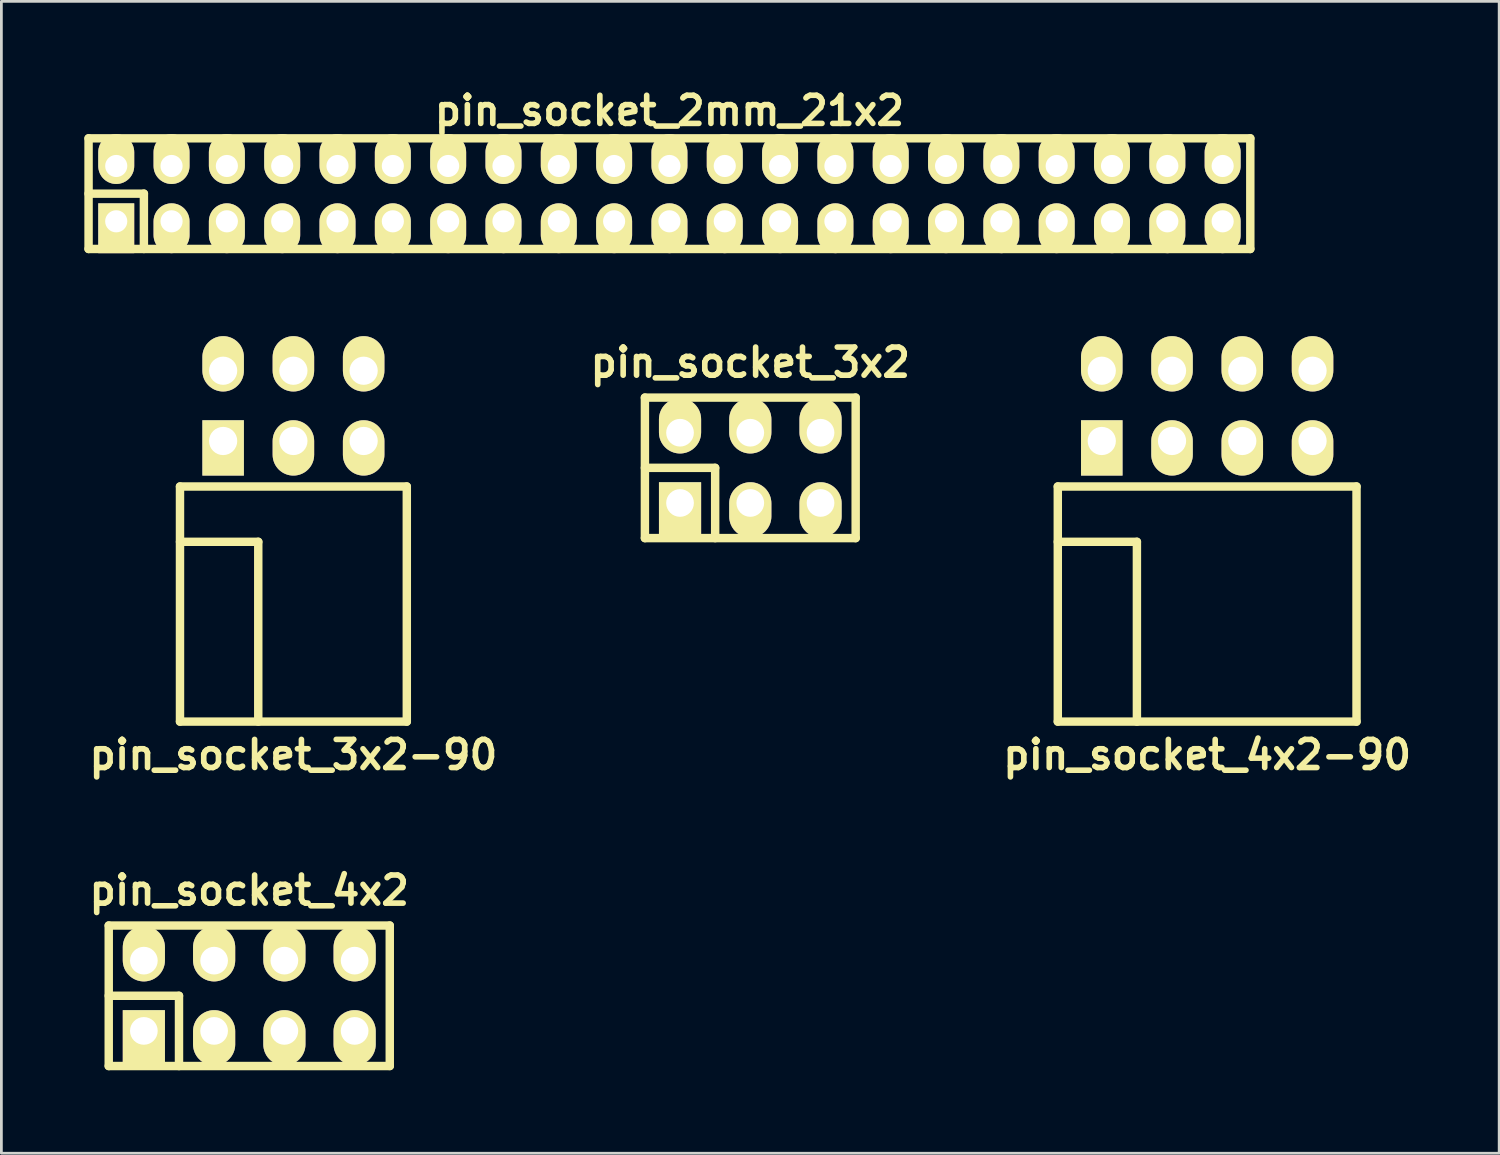
<source format=kicad_pcb>
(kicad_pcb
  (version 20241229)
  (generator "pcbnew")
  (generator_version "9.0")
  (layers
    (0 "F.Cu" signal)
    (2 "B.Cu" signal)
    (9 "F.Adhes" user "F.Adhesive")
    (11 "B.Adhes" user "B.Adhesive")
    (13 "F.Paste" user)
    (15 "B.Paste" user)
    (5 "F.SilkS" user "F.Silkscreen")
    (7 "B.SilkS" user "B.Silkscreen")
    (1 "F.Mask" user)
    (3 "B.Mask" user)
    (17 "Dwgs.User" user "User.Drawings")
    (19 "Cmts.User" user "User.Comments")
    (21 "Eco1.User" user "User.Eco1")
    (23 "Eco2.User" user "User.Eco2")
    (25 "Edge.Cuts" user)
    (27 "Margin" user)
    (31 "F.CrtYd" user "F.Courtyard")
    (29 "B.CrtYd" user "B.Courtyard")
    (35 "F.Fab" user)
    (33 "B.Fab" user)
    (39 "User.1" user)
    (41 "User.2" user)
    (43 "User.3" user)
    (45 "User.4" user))
  (footprint "pin_socket_3x2"
    (layer "F.Cu")
    (at 24.075 13.864)
    (property "Reference" "pin_socket_3x2" (at 0 -3.81 0) (layer "F.SilkS") (effects (font (size 1.016 1.016) (thickness 0.203))))
    (attr through_hole)
    (fp_line (start -3.81 -2.54) (end -3.81 2.54) (stroke (width 0.305) (type solid)) (layer "F.SilkS"))
    (fp_line (start -3.81 -2.54) (end 3.81 -2.54) (stroke (width 0.305) (type solid)) (layer "F.SilkS"))
    (fp_line (start -3.81 0) (end -1.27 0) (stroke (width 0.305) (type solid)) (layer "F.SilkS"))
    (fp_line (start -1.27 0) (end -1.27 2.54) (stroke (width 0.305) (type solid)) (layer "F.SilkS"))
    (fp_line (start 3.81 -2.54) (end 3.81 2.54) (stroke (width 0.305) (type solid)) (layer "F.SilkS"))
    (fp_line (start 3.81 2.54) (end -3.81 2.54) (stroke (width 0.305) (type solid)) (layer "F.SilkS"))
    (pad "1" thru_hole rect (at -2.54 1.27) (size 1.524 1.999) (drill 1.001 (offset 0 0.249)) (layers "*.Cu" "*.Mask" "F.SilkS"))
    (pad "2" thru_hole oval (at -2.54 -1.27) (size 1.524 1.999) (drill 1.001 (offset 0 -0.249)) (layers "*.Cu" "*.Mask" "F.SilkS"))
    (pad "3" thru_hole oval (at 0 1.27) (size 1.524 1.999) (drill 1.001 (offset 0 0.249)) (layers "*.Cu" "*.Mask" "F.SilkS"))
    (pad "4" thru_hole oval (at 0 -1.27) (size 1.524 1.999) (drill 1.001 (offset 0 -0.249)) (layers "*.Cu" "*.Mask" "F.SilkS"))
    (pad "5" thru_hole oval (at 2.54 1.27) (size 1.524 1.999) (drill 1.001 (offset 0 0.249)) (layers "*.Cu" "*.Mask" "F.SilkS"))
    (pad "6" thru_hole oval (at 2.54 -1.27) (size 1.524 1.999) (drill 1.001 (offset 0 -0.249)) (layers "*.Cu" "*.Mask" "F.SilkS")))
  (footprint "pin_socket_2mm_21x2"
    (layer "F.Cu")
    (at 21.152 3.951)
    (property "Reference" "pin_socket_2mm_21x2" (at 0 -3 0) (layer "F.SilkS") (effects (font (size 1.016 1.016) (thickness 0.203))))
    (attr through_hole)
    (fp_line (start -21 -2) (end 21 -2) (stroke (width 0.305) (type solid)) (layer "F.SilkS"))
    (fp_line (start -21 0) (end -19 0) (stroke (width 0.305) (type solid)) (layer "F.SilkS"))
    (fp_line (start -21 2) (end -21 -2) (stroke (width 0.305) (type solid)) (layer "F.SilkS"))
    (fp_line (start -19 0) (end -19 2) (stroke (width 0.305) (type solid)) (layer "F.SilkS"))
    (fp_line (start 21 -2) (end 21 2) (stroke (width 0.305) (type solid)) (layer "F.SilkS"))
    (fp_line (start 21 2) (end -21 2) (stroke (width 0.305) (type solid)) (layer "F.SilkS"))
    (pad "1" thru_hole rect (at -20 1) (size 1.3 1.8) (drill 0.8 (offset 0 0.25)) (layers "*.Cu" "*.Mask" "F.SilkS"))
    (pad "2" thru_hole oval (at -20 -1) (size 1.3 1.8) (drill 0.8 (offset 0 -0.25)) (layers "*.Cu" "*.Mask" "F.SilkS"))
    (pad "3" thru_hole oval (at -18 1) (size 1.3 1.8) (drill 0.8 (offset 0 0.25)) (layers "*.Cu" "*.Mask" "F.SilkS"))
    (pad "4" thru_hole oval (at -18 -1) (size 1.3 1.8) (drill 0.8 (offset 0 -0.25)) (layers "*.Cu" "*.Mask" "F.SilkS"))
    (pad "5" thru_hole oval (at -16 1) (size 1.3 1.8) (drill 0.8 (offset 0 0.25)) (layers "*.Cu" "*.Mask" "F.SilkS"))
    (pad "6" thru_hole oval (at -16 -1) (size 1.3 1.8) (drill 0.8 (offset 0 -0.25)) (layers "*.Cu" "*.Mask" "F.SilkS"))
    (pad "7" thru_hole oval (at -14 1) (size 1.3 1.8) (drill 0.8 (offset 0 0.25)) (layers "*.Cu" "*.Mask" "F.SilkS"))
    (pad "8" thru_hole oval (at -14 -1) (size 1.3 1.8) (drill 0.8 (offset 0 -0.25)) (layers "*.Cu" "*.Mask" "F.SilkS"))
    (pad "9" thru_hole oval (at -12 1) (size 1.3 1.8) (drill 0.8 (offset 0 0.25)) (layers "*.Cu" "*.Mask" "F.SilkS"))
    (pad "10" thru_hole oval (at -12 -1) (size 1.3 1.8) (drill 0.8 (offset 0 -0.25)) (layers "*.Cu" "*.Mask" "F.SilkS"))
    (pad "11" thru_hole oval (at -10 1) (size 1.3 1.8) (drill 0.8 (offset 0 0.25)) (layers "*.Cu" "*.Mask" "F.SilkS"))
    (pad "12" thru_hole oval (at -10 -1) (size 1.3 1.8) (drill 0.8 (offset 0 -0.25)) (layers "*.Cu" "*.Mask" "F.SilkS"))
    (pad "13" thru_hole oval (at -8 1) (size 1.3 1.8) (drill 0.8 (offset 0 0.25)) (layers "*.Cu" "*.Mask" "F.SilkS"))
    (pad "14" thru_hole oval (at -8 -1) (size 1.3 1.8) (drill 0.8 (offset 0 -0.25)) (layers "*.Cu" "*.Mask" "F.SilkS"))
    (pad "15" thru_hole oval (at -6 1) (size 1.3 1.8) (drill 0.8 (offset 0 0.25)) (layers "*.Cu" "*.Mask" "F.SilkS"))
    (pad "16" thru_hole oval (at -6 -1) (size 1.3 1.8) (drill 0.8 (offset 0 -0.25)) (layers "*.Cu" "*.Mask" "F.SilkS"))
    (pad "17" thru_hole oval (at -4 1) (size 1.3 1.8) (drill 0.8 (offset 0 0.25)) (layers "*.Cu" "*.Mask" "F.SilkS"))
    (pad "18" thru_hole oval (at -4 -1) (size 1.3 1.8) (drill 0.8 (offset 0 -0.25)) (layers "*.Cu" "*.Mask" "F.SilkS"))
    (pad "19" thru_hole oval (at -2 1) (size 1.3 1.8) (drill 0.8 (offset 0 0.25)) (layers "*.Cu" "*.Mask" "F.SilkS"))
    (pad "20" thru_hole oval (at -2 -1) (size 1.3 1.8) (drill 0.8 (offset 0 -0.25)) (layers "*.Cu" "*.Mask" "F.SilkS"))
    (pad "21" thru_hole oval (at 0 1) (size 1.3 1.8) (drill 0.8 (offset 0 0.25)) (layers "*.Cu" "*.Mask" "F.SilkS"))
    (pad "22" thru_hole oval (at 0 -1) (size 1.3 1.8) (drill 0.8 (offset 0 -0.25)) (layers "*.Cu" "*.Mask" "F.SilkS"))
    (pad "23" thru_hole oval (at 2 1) (size 1.3 1.8) (drill 0.8 (offset 0 0.25)) (layers "*.Cu" "*.Mask" "F.SilkS"))
    (pad "24" thru_hole oval (at 2 -1) (size 1.3 1.8) (drill 0.8 (offset 0 -0.25)) (layers "*.Cu" "*.Mask" "F.SilkS"))
    (pad "25" thru_hole oval (at 4 1) (size 1.3 1.8) (drill 0.8 (offset 0 0.25)) (layers "*.Cu" "*.Mask" "F.SilkS"))
    (pad "26" thru_hole oval (at 4 -1) (size 1.3 1.8) (drill 0.8 (offset 0 -0.25)) (layers "*.Cu" "*.Mask" "F.SilkS"))
    (pad "27" thru_hole oval (at 6 1) (size 1.3 1.8) (drill 0.8 (offset 0 0.25)) (layers "*.Cu" "*.Mask" "F.SilkS"))
    (pad "28" thru_hole oval (at 6 -1) (size 1.3 1.8) (drill 0.8 (offset 0 -0.25)) (layers "*.Cu" "*.Mask" "F.SilkS"))
    (pad "29" thru_hole oval (at 8 1) (size 1.3 1.8) (drill 0.8 (offset 0 0.25)) (layers "*.Cu" "*.Mask" "F.SilkS"))
    (pad "30" thru_hole oval (at 8 -1) (size 1.3 1.8) (drill 0.8 (offset 0 -0.25)) (layers "*.Cu" "*.Mask" "F.SilkS"))
    (pad "31" thru_hole oval (at 10 1) (size 1.3 1.8) (drill 0.8 (offset 0 0.25)) (layers "*.Cu" "*.Mask" "F.SilkS"))
    (pad "32" thru_hole oval (at 10 -1) (size 1.3 1.8) (drill 0.8 (offset 0 -0.25)) (layers "*.Cu" "*.Mask" "F.SilkS"))
    (pad "33" thru_hole oval (at 12 1) (size 1.3 1.8) (drill 0.8 (offset 0 0.25)) (layers "*.Cu" "*.Mask" "F.SilkS"))
    (pad "34" thru_hole oval (at 12 -1) (size 1.3 1.8) (drill 0.8 (offset 0 -0.25)) (layers "*.Cu" "*.Mask" "F.SilkS"))
    (pad "35" thru_hole oval (at 14 1) (size 1.3 1.8) (drill 0.8 (offset 0 0.25)) (layers "*.Cu" "*.Mask" "F.SilkS"))
    (pad "36" thru_hole oval (at 14 -1) (size 1.3 1.8) (drill 0.8 (offset 0 -0.25)) (layers "*.Cu" "*.Mask" "F.SilkS"))
    (pad "37" thru_hole oval (at 16 1) (size 1.3 1.8) (drill 0.8 (offset 0 0.25)) (layers "*.Cu" "*.Mask" "F.SilkS"))
    (pad "38" thru_hole oval (at 16 -1) (size 1.3 1.8) (drill 0.8 (offset 0 -0.25)) (layers "*.Cu" "*.Mask" "F.SilkS"))
    (pad "39" thru_hole oval (at 18 1) (size 1.3 1.8) (drill 0.8 (offset 0 0.25)) (layers "*.Cu" "*.Mask" "F.SilkS"))
    (pad "40" thru_hole oval (at 18 -1) (size 1.3 1.8) (drill 0.8 (offset 0 -0.25)) (layers "*.Cu" "*.Mask" "F.SilkS"))
    (pad "41" thru_hole oval (at 20 1) (size 1.3 1.8) (drill 0.8 (offset 0 0.25)) (layers "*.Cu" "*.Mask" "F.SilkS"))
    (pad "42" thru_hole oval (at 20 -1) (size 1.3 1.8) (drill 0.8 (offset 0 -0.25)) (layers "*.Cu" "*.Mask" "F.SilkS")))
  (footprint "pin_socket_4x2-90"
    (layer "F.Cu")
    (at 40.592 16.538)
    (property "Reference" "pin_socket_4x2-90" (at 0 7.7 0) (layer "F.SilkS") (effects (font (size 1.016 1.016) (thickness 0.203))))
    (attr through_hole)
    (fp_line (start -5.4 -2) (end -5.4 6.5) (stroke (width 0.305) (type solid)) (layer "F.SilkS"))
    (fp_line (start -5.4 -2) (end 5.4 -2) (stroke (width 0.305) (type solid)) (layer "F.SilkS"))
    (fp_line (start -5.4 0) (end -2.54 0) (stroke (width 0.305) (type solid)) (layer "F.SilkS"))
    (fp_line (start -5.4 6.5) (end 5.4 6.5) (stroke (width 0.305) (type solid)) (layer "F.SilkS"))
    (fp_line (start -2.54 0) (end -2.54 6.5) (stroke (width 0.305) (type solid)) (layer "F.SilkS"))
    (fp_line (start 5.4 -2) (end 5.4 6.5) (stroke (width 0.305) (type solid)) (layer "F.SilkS"))
    (pad "1" thru_hole rect (at -3.81 -3.645) (size 1.5 2) (drill 1.02 (offset 0 0.25)) (layers "*.Cu" "*.Mask" "F.SilkS"))
    (pad "2" thru_hole oval (at -3.81 -6.185) (size 1.5 2) (drill 1.02 (offset 0 -0.25)) (layers "*.Cu" "*.Mask" "F.SilkS"))
    (pad "3" thru_hole oval (at -1.27 -3.645) (size 1.5 2) (drill 1.02 (offset 0 0.25)) (layers "*.Cu" "*.Mask" "F.SilkS"))
    (pad "4" thru_hole oval (at -1.27 -6.185) (size 1.5 2) (drill 1.02 (offset 0 -0.25)) (layers "*.Cu" "*.Mask" "F.SilkS"))
    (pad "5" thru_hole oval (at 1.27 -3.645) (size 1.5 2) (drill 1.02 (offset 0 0.25)) (layers "*.Cu" "*.Mask" "F.SilkS"))
    (pad "6" thru_hole oval (at 1.27 -6.185) (size 1.5 2) (drill 1.02 (offset 0 -0.25)) (layers "*.Cu" "*.Mask" "F.SilkS"))
    (pad "7" thru_hole oval (at 3.81 -3.645) (size 1.5 2) (drill 1.02 (offset 0 0.25)) (layers "*.Cu" "*.Mask" "F.SilkS"))
    (pad "8" thru_hole oval (at 3.81 -6.185) (size 1.5 2) (drill 1.02 (offset 0 -0.25)) (layers "*.Cu" "*.Mask" "F.SilkS")))
  (footprint "pin_socket_4x2"
    (layer "F.Cu")
    (at 5.961 32.95)
    (property "Reference" "pin_socket_4x2" (at 0 -3.81 0) (layer "F.SilkS") (effects (font (size 1.016 1.016) (thickness 0.203))))
    (attr through_hole)
    (fp_line (start -5.08 -2.54) (end -5.08 2.54) (stroke (width 0.305) (type solid)) (layer "F.SilkS"))
    (fp_line (start -5.08 -2.54) (end 5.08 -2.54) (stroke (width 0.305) (type solid)) (layer "F.SilkS"))
    (fp_line (start -5.08 0) (end -2.54 0) (stroke (width 0.305) (type solid)) (layer "F.SilkS"))
    (fp_line (start -2.54 0) (end -2.54 2.54) (stroke (width 0.305) (type solid)) (layer "F.SilkS"))
    (fp_line (start 5.08 -2.54) (end 5.08 2.54) (stroke (width 0.305) (type solid)) (layer "F.SilkS"))
    (fp_line (start 5.08 2.54) (end -5.08 2.54) (stroke (width 0.305) (type solid)) (layer "F.SilkS"))
    (pad "1" thru_hole rect (at -3.81 1.27) (size 1.524 1.999) (drill 1.001 (offset 0 0.249)) (layers "*.Cu" "*.Mask" "F.SilkS"))
    (pad "2" thru_hole oval (at -3.81 -1.27) (size 1.524 1.999) (drill 1.001 (offset 0 -0.249)) (layers "*.Cu" "*.Mask" "F.SilkS"))
    (pad "3" thru_hole oval (at -1.27 1.27) (size 1.524 1.999) (drill 1.001 (offset 0 0.249)) (layers "*.Cu" "*.Mask" "F.SilkS"))
    (pad "4" thru_hole oval (at -1.27 -1.27) (size 1.524 1.999) (drill 1.001 (offset 0 -0.249)) (layers "*.Cu" "*.Mask" "F.SilkS"))
    (pad "5" thru_hole oval (at 1.27 1.27) (size 1.524 1.999) (drill 1.001 (offset 0 0.249)) (layers "*.Cu" "*.Mask" "F.SilkS"))
    (pad "6" thru_hole oval (at 1.27 -1.27) (size 1.524 1.999) (drill 1.001 (offset 0 -0.249)) (layers "*.Cu" "*.Mask" "F.SilkS"))
    (pad "7" thru_hole oval (at 3.81 1.27) (size 1.524 1.999) (drill 1.001 (offset 0 0.249)) (layers "*.Cu" "*.Mask" "F.SilkS"))
    (pad "8" thru_hole oval (at 3.81 -1.27) (size 1.524 1.999) (drill 1.001 (offset 0 -0.249)) (layers "*.Cu" "*.Mask" "F.SilkS")))
  (footprint "pin_socket_3x2-90"
    (layer "F.Cu")
    (at 7.557 16.538)
    (property "Reference" "pin_socket_3x2-90" (at 0 7.7 0) (layer "F.SilkS") (effects (font (size 1.016 1.016) (thickness 0.203))))
    (attr through_hole)
    (fp_line (start -4.1 -2) (end -4.1 6.5) (stroke (width 0.305) (type solid)) (layer "F.SilkS"))
    (fp_line (start -4.1 -2) (end 4.1 -2) (stroke (width 0.305) (type solid)) (layer "F.SilkS"))
    (fp_line (start -4.1 0) (end -1.27 0) (stroke (width 0.305) (type solid)) (layer "F.SilkS"))
    (fp_line (start -4.1 6.5) (end 4.1 6.5) (stroke (width 0.305) (type solid)) (layer "F.SilkS"))
    (fp_line (start -1.27 0) (end -1.27 6.5) (stroke (width 0.305) (type solid)) (layer "F.SilkS"))
    (fp_line (start 4.1 -2) (end 4.1 6.5) (stroke (width 0.305) (type solid)) (layer "F.SilkS"))
    (pad "1" thru_hole rect (at -2.54 -3.645) (size 1.5 2) (drill 1.02 (offset 0 0.25)) (layers "*.Cu" "*.Mask" "F.SilkS"))
    (pad "2" thru_hole oval (at -2.54 -6.185) (size 1.5 2) (drill 1.02 (offset 0 -0.25)) (layers "*.Cu" "*.Mask" "F.SilkS"))
    (pad "3" thru_hole oval (at 0 -3.645) (size 1.5 2) (drill 1.02 (offset 0 0.25)) (layers "*.Cu" "*.Mask" "F.SilkS"))
    (pad "4" thru_hole oval (at 0 -6.185) (size 1.5 2) (drill 1.02 (offset 0 -0.25)) (layers "*.Cu" "*.Mask" "F.SilkS"))
    (pad "5" thru_hole oval (at 2.54 -3.645) (size 1.5 2) (drill 1.02 (offset 0 0.25)) (layers "*.Cu" "*.Mask" "F.SilkS"))
    (pad "6" thru_hole oval (at 2.54 -6.185) (size 1.5 2) (drill 1.02 (offset 0 -0.25)) (layers "*.Cu" "*.Mask" "F.SilkS")))
  (gr_rect
    (start -3 -3)
    (end 51.149 38.643)
    (stroke (width 0.1) (type default))
    (fill no)
    (layer "Edge.Cuts")))
</source>
